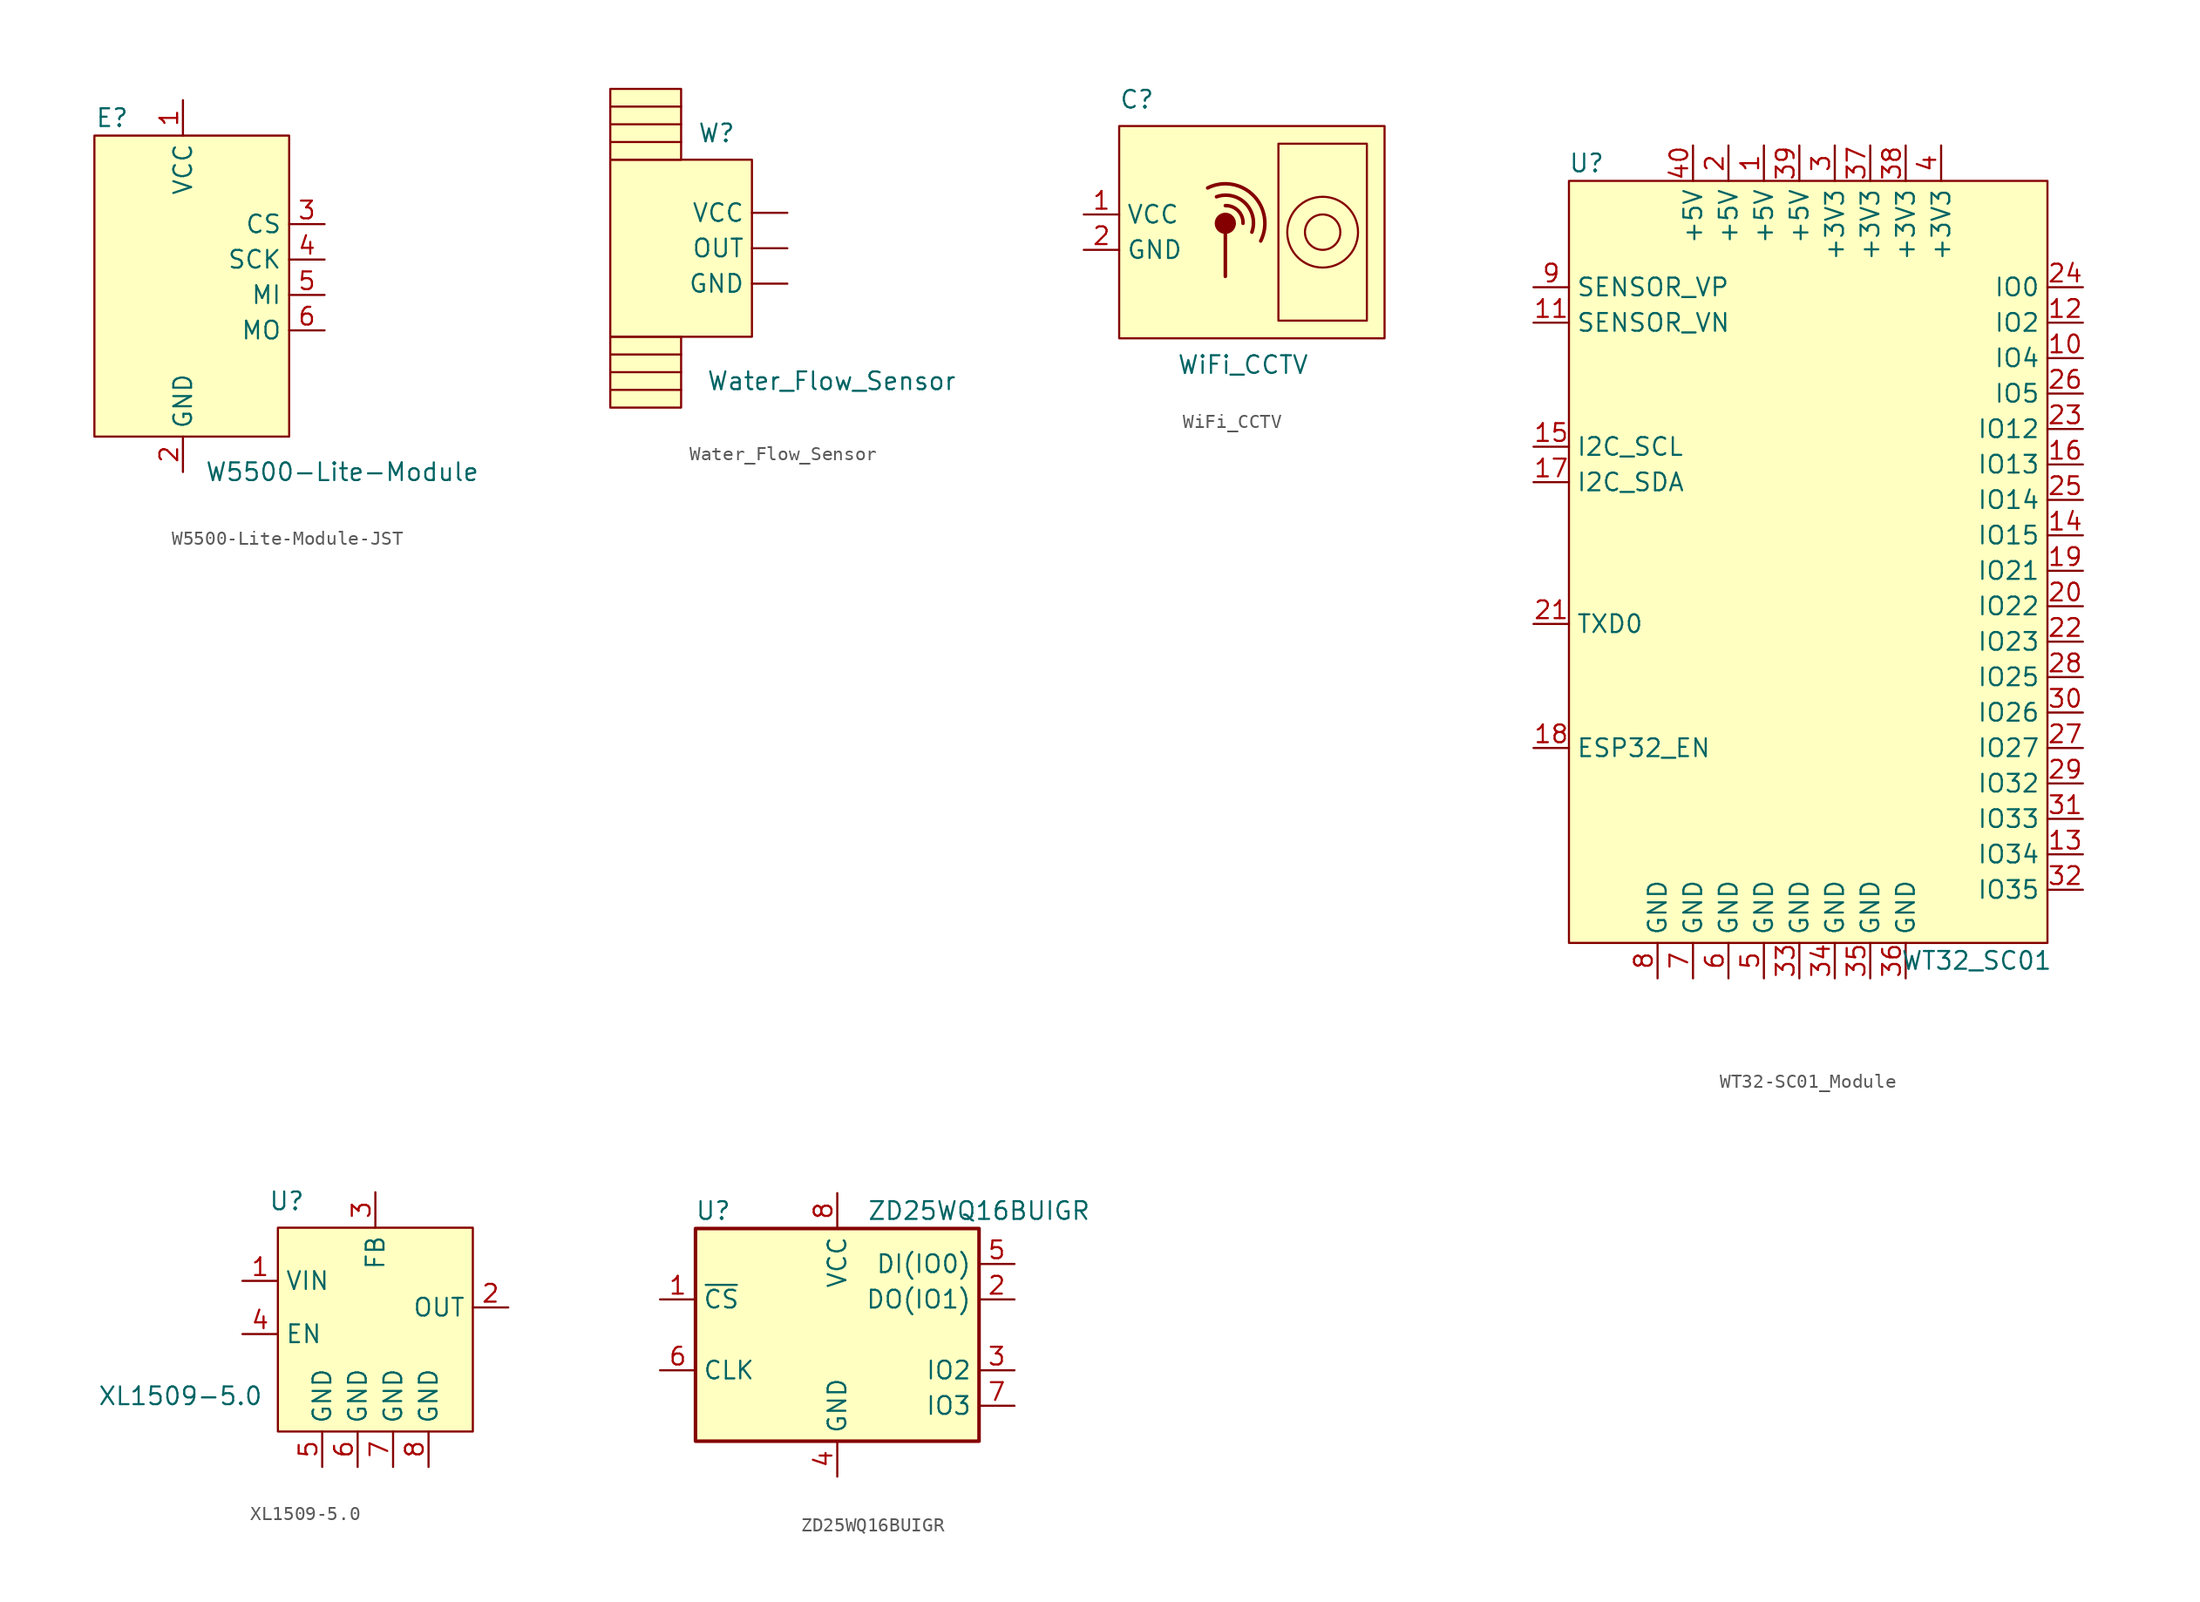
<source format=kicad_sym>
(kicad_symbol_lib
  (version 20220914)
  (generator kicad_symbol_editor)
  (symbol "W5500-Lite-Module-JST"
    (property "Reference" "E"
      (at -11.43 17.78 0)
      (effects (font (size 1.27 1.27))))
    (property "Value" "W5500-Lite-Module"
      (at 5.08 -7.62 0)
      (effects (font (size 1.27 1.27))))
    (symbol "W5500-Lite-Module-JST_1_1"
      (rectangle (start -12.7 16.51) (end 1.27 -5.08) (stroke (width 0) (type default)) (fill (type background)))
      (pin input line (at -6.35 19.05 270) (length 2.54) (name "VCC" (effects (font (size 1.27 1.27)))) (number "1" (effects (font (size 1.27 1.27)))))
      (pin input line (at -6.35 -7.62 90) (length 2.54) (name "GND" (effects (font (size 1.27 1.27)))) (number "2" (effects (font (size 1.27 1.27)))))
      (pin input line (at 3.81 10.16 180) (length 2.54) (name "CS" (effects (font (size 1.27 1.27)))) (number "3" (effects (font (size 1.27 1.27)))))
      (pin input line (at 3.81 7.62 180) (length 2.54) (name "SCK" (effects (font (size 1.27 1.27)))) (number "4" (effects (font (size 1.27 1.27)))))
      (pin input line (at 3.81 5.08 180) (length 2.54) (name "MI" (effects (font (size 1.27 1.27)))) (number "5" (effects (font (size 1.27 1.27)))))
      (pin input line (at 3.81 2.54 180) (length 2.54) (name "MO" (effects (font (size 1.27 1.27)))) (number "6" (effects (font (size 1.27 1.27)))))))
  (symbol "Water_Flow_Sensor"
    (property "Reference" "W"
      (at 1.27 6.35 0)
      (effects (font (size 1.27 1.27))))
    (property "Value" "Water_Flow_Sensor"
      (at 9.525 -11.43 0)
      (effects (font (size 1.27 1.27))))
    (symbol "Water_Flow_Sensor_0_1"
      (rectangle (start -6.35 -13.335) (end -1.27 -8.255) (stroke (width 0.152) (type default)) (fill (type background)))
      (rectangle (start -6.35 4.445) (end -1.27 9.525) (stroke (width 0.152) (type default)) (fill (type background)))
      (rectangle (start -6.35 4.445) (end 3.81 -8.255) (stroke (width 0.152) (type default)) (fill (type background)))
      (polyline (pts (xy -6.35 -12.065) (xy -1.27 -12.065)) (stroke (width 0.152) (type default)) (fill (type none)))
      (polyline (pts (xy -6.35 -10.795) (xy -1.27 -10.795)) (stroke (width 0.152) (type default)) (fill (type none)))
      (polyline (pts (xy -6.35 -9.525) (xy -1.27 -9.525)) (stroke (width 0.152) (type default)) (fill (type none)))
      (polyline (pts (xy -6.35 5.715) (xy -1.27 5.715)) (stroke (width 0.152) (type default)) (fill (type none)))
      (polyline (pts (xy -6.35 6.985) (xy -1.27 6.985)) (stroke (width 0.152) (type default)) (fill (type none)))
      (polyline (pts (xy -6.35 8.255) (xy -1.27 8.255)) (stroke (width 0.152) (type default)) (fill (type none))))
    (symbol "Water_Flow_Sensor_1_1"
      (pin input line (at 6.35 -4.445 180) (length 2.54) (name "GND" (effects (font (size 1.27 1.27)))) (number "" (effects (font (size 1.27 1.27)))))
      (pin input line (at 6.35 -1.905 180) (length 2.54) (name "OUT" (effects (font (size 1.27 1.27)))) (number "" (effects (font (size 1.27 1.27)))))
      (pin input line (at 6.35 0.635 180) (length 2.54) (name "VCC" (effects (font (size 1.27 1.27)))) (number "" (effects (font (size 1.27 1.27)))))))
  (symbol "WiFi_CCTV"
    (property "Reference" "C"
      (at -7.62 10.795 0)
      (effects (font (size 1.27 1.27))))
    (property "Value" "WiFi_CCTV"
      (at 0 -8.255 0)
      (effects (font (size 1.27 1.27))))
    (symbol "WiFi_CCTV_0_1"
      (rectangle (start -8.89 8.89) (end 10.16 -6.35) (stroke (width 0.152) (type default)) (fill (type background)))
      (circle (center -1.27 1.905) (radius 0.635) (stroke (width 0.254) (type default)) (fill (type outline)))
      (polyline (pts (xy -1.27 1.27) (xy -1.27 -1.905)) (stroke (width 0.254) (type default)) (fill (type none)))
      (arc (start 0.0001 1.9051) (mid -0.359 2.816) (end -1.2699 3.1751) (stroke (width 0.254) (type default)) (fill (type none)))
      (arc (start 0.6351 1.2701) (mid 0.1684 3.3434) (end -1.9049 3.8101) (stroke (width 0.254) (type default)) (fill (type none)))
      (arc (start 1.2701 0.6351) (mid 0.7381 3.9131) (end -2.5399 4.4451) (stroke (width 0.254) (type default)) (fill (type none)))
      (rectangle (start 2.54 7.62) (end 8.89 -5.08) (stroke (width 0.152) (type default)) (fill (type none)))
      (circle (center 5.715 1.27) (radius 1.27) (stroke (width 0.152) (type default)) (fill (type none)))
      (circle (center 5.715 1.27) (radius 2.54) (stroke (width 0.152) (type default)) (fill (type none))))
    (symbol "WiFi_CCTV_1_1"
      (pin input line (at -11.43 2.54 0) (length 2.54) (name "VCC" (effects (font (size 1.27 1.27)))) (number "1" (effects (font (size 1.27 1.27)))))
      (pin input line (at -11.43 0 0) (length 2.54) (name "GND" (effects (font (size 1.27 1.27)))) (number "2" (effects (font (size 1.27 1.27)))))))
  (symbol "WT32-SC01_Module"
    (property "Reference" "U"
      (at -17.78 26.67 0)
      (effects (font (size 1.27 1.27))))
    (property "Value" "WT32_SC01 "
      (at 10.16 -30.48 0)
      (effects (font (size 1.27 1.27))))
    (symbol "WT32-SC01_Module_1_1"
      (rectangle (start -19.05 25.4) (end 15.24 -29.21) (stroke (width 0) (type default)) (fill (type background)))
      (pin power_in line (at -5.08 27.94 270) (length 2.54) (name "+5V" (effects (font (size 1.27 1.27)))) (number "1" (effects (font (size 1.27 1.27)))))
      (pin bidirectional line (at 17.78 12.7 180) (length 2.54) (name "IO4" (effects (font (size 1.27 1.27)))) (number "10" (effects (font (size 1.27 1.27)))))
      (pin bidirectional line (at -21.59 15.24 0) (length 2.54) (name "SENSOR_VN" (effects (font (size 1.27 1.27)))) (number "11" (effects (font (size 1.27 1.27)))))
      (pin bidirectional line (at 17.78 15.24 180) (length 2.54) (name "IO2" (effects (font (size 1.27 1.27)))) (number "12" (effects (font (size 1.27 1.27)))))
      (pin bidirectional line (at 17.78 -22.86 180) (length 2.54) (name "IO34" (effects (font (size 1.27 1.27)))) (number "13" (effects (font (size 1.27 1.27)))))
      (pin bidirectional line (at 17.78 0 180) (length 2.54) (name "IO15" (effects (font (size 1.27 1.27)))) (number "14" (effects (font (size 1.27 1.27)))))
      (pin bidirectional line (at -21.59 6.35 0) (length 2.54) (name "I2C_SCL" (effects (font (size 1.27 1.27)))) (number "15" (effects (font (size 1.27 1.27)))))
      (pin bidirectional line (at 17.78 5.08 180) (length 2.54) (name "IO13" (effects (font (size 1.27 1.27)))) (number "16" (effects (font (size 1.27 1.27)))))
      (pin bidirectional line (at -21.59 3.81 0) (length 2.54) (name "I2C_SDA" (effects (font (size 1.27 1.27)))) (number "17" (effects (font (size 1.27 1.27)))))
      (pin bidirectional line (at -21.59 -15.24 0) (length 2.54) (name "ESP32_EN" (effects (font (size 1.27 1.27)))) (number "18" (effects (font (size 1.27 1.27)))))
      (pin bidirectional line (at 17.78 -2.54 180) (length 2.54) (name "IO21" (effects (font (size 1.27 1.27)))) (number "19" (effects (font (size 1.27 1.27)))))
      (pin passive line (at -7.62 27.94 270) (length 2.54) (name "+5V" (effects (font (size 1.27 1.27)))) (number "2" (effects (font (size 1.27 1.27)))))
      (pin bidirectional line (at 17.78 -5.08 180) (length 2.54) (name "IO22" (effects (font (size 1.27 1.27)))) (number "20" (effects (font (size 1.27 1.27)))))
      (pin bidirectional line (at -21.59 -6.35 0) (length 2.54) (name "TXD0" (effects (font (size 1.27 1.27)))) (number "21" (effects (font (size 1.27 1.27)))))
      (pin bidirectional line (at 17.78 -7.62 180) (length 2.54) (name "IO23" (effects (font (size 1.27 1.27)))) (number "22" (effects (font (size 1.27 1.27)))))
      (pin bidirectional line (at 17.78 7.62 180) (length 2.54) (name "IO12" (effects (font (size 1.27 1.27)))) (number "23" (effects (font (size 1.27 1.27)))))
      (pin bidirectional line (at 17.78 17.78 180) (length 2.54) (name "IO0" (effects (font (size 1.27 1.27)))) (number "24" (effects (font (size 1.27 1.27)))))
      (pin bidirectional line (at 17.78 2.54 180) (length 2.54) (name "IO14" (effects (font (size 1.27 1.27)))) (number "25" (effects (font (size 1.27 1.27)))))
      (pin bidirectional line (at 17.78 10.16 180) (length 2.54) (name "IO5" (effects (font (size 1.27 1.27)))) (number "26" (effects (font (size 1.27 1.27)))))
      (pin bidirectional line (at 17.78 -15.24 180) (length 2.54) (name "IO27" (effects (font (size 1.27 1.27)))) (number "27" (effects (font (size 1.27 1.27)))))
      (pin bidirectional line (at 17.78 -10.16 180) (length 2.54) (name "IO25" (effects (font (size 1.27 1.27)))) (number "28" (effects (font (size 1.27 1.27)))))
      (pin bidirectional line (at 17.78 -17.78 180) (length 2.54) (name "IO32" (effects (font (size 1.27 1.27)))) (number "29" (effects (font (size 1.27 1.27)))))
      (pin power_in line (at 0 27.94 270) (length 2.54) (name "+3V3" (effects (font (size 1.27 1.27)))) (number "3" (effects (font (size 1.27 1.27)))))
      (pin bidirectional line (at 17.78 -12.7 180) (length 2.54) (name "IO26" (effects (font (size 1.27 1.27)))) (number "30" (effects (font (size 1.27 1.27)))))
      (pin bidirectional line (at 17.78 -20.32 180) (length 2.54) (name "IO33" (effects (font (size 1.27 1.27)))) (number "31" (effects (font (size 1.27 1.27)))))
      (pin bidirectional line (at 17.78 -25.4 180) (length 2.54) (name "IO35" (effects (font (size 1.27 1.27)))) (number "32" (effects (font (size 1.27 1.27)))))
      (pin power_in line (at -2.54 -31.75 90) (length 2.54) (name "GND" (effects (font (size 1.27 1.27)))) (number "33" (effects (font (size 1.27 1.27)))))
      (pin passive line (at 0 -31.75 90) (length 2.54) (name "GND" (effects (font (size 1.27 1.27)))) (number "34" (effects (font (size 1.27 1.27)))))
      (pin passive line (at 2.54 -31.75 90) (length 2.54) (name "GND" (effects (font (size 1.27 1.27)))) (number "35" (effects (font (size 1.27 1.27)))))
      (pin passive line (at 5.08 -31.75 90) (length 2.54) (name "GND" (effects (font (size 1.27 1.27)))) (number "36" (effects (font (size 1.27 1.27)))))
      (pin power_in line (at 2.54 27.94 270) (length 2.54) (name "+3V3" (effects (font (size 1.27 1.27)))) (number "37" (effects (font (size 1.27 1.27)))))
      (pin passive line (at 5.08 27.94 270) (length 2.54) (name "+3V3" (effects (font (size 1.27 1.27)))) (number "38" (effects (font (size 1.27 1.27)))))
      (pin power_in line (at -2.54 27.94 270) (length 2.54) (name "+5V" (effects (font (size 1.27 1.27)))) (number "39" (effects (font (size 1.27 1.27)))))
      (pin passive line (at 7.62 27.94 270) (length 2.54) (name "+3V3" (effects (font (size 1.27 1.27)))) (number "4" (effects (font (size 1.27 1.27)))))
      (pin passive line (at -10.16 27.94 270) (length 2.54) (name "+5V" (effects (font (size 1.27 1.27)))) (number "40" (effects (font (size 1.27 1.27)))))
      (pin power_in line (at -5.08 -31.75 90) (length 2.54) (name "GND" (effects (font (size 1.27 1.27)))) (number "5" (effects (font (size 1.27 1.27)))))
      (pin passive line (at -7.62 -31.75 90) (length 2.54) (name "GND" (effects (font (size 1.27 1.27)))) (number "6" (effects (font (size 1.27 1.27)))))
      (pin passive line (at -10.16 -31.75 90) (length 2.54) (name "GND" (effects (font (size 1.27 1.27)))) (number "7" (effects (font (size 1.27 1.27)))))
      (pin passive line (at -12.7 -31.75 90) (length 2.54) (name "GND" (effects (font (size 1.27 1.27)))) (number "8" (effects (font (size 1.27 1.27)))))
      (pin bidirectional line (at -21.59 17.78 0) (length 2.54) (name "SENSOR_VP" (effects (font (size 1.27 1.27)))) (number "9" (effects (font (size 1.27 1.27)))))))
  (symbol "XL1509-5.0"
    (property "Reference" "U"
      (at -5.08 10.16 0)
      (effects (font (size 1.27 1.27))))
    (property "Value" "XL1509-5.0"
      (at -12.7 -3.81 0)
      (effects (font (size 1.27 1.27))))
    (symbol "XL1509-5.0_0_1"
      (rectangle (start -5.715 8.255) (end 8.255 -6.35) (stroke (width 0.152) (type default)) (fill (type background))))
    (symbol "XL1509-5.0_1_1"
      (pin input line (at -8.255 4.445 0) (length 2.54) (name "VIN" (effects (font (size 1.27 1.27)))) (number "1" (effects (font (size 1.27 1.27)))))
      (pin input line (at 10.795 2.54 180) (length 2.54) (name "OUT" (effects (font (size 1.27 1.27)))) (number "2" (effects (font (size 1.27 1.27)))))
      (pin input line (at 1.27 10.795 270) (length 2.54) (name "FB" (effects (font (size 1.27 1.27)))) (number "3" (effects (font (size 1.27 1.27)))))
      (pin input line (at -8.255 0.635 0) (length 2.54) (name "EN" (effects (font (size 1.27 1.27)))) (number "4" (effects (font (size 1.27 1.27)))))
      (pin input line (at -2.54 -8.89 90) (length 2.54) (name "GND" (effects (font (size 1.27 1.27)))) (number "5" (effects (font (size 1.27 1.27)))))
      (pin input line (at 0 -8.89 90) (length 2.54) (name "GND" (effects (font (size 1.27 1.27)))) (number "6" (effects (font (size 1.27 1.27)))))
      (pin input line (at 2.54 -8.89 90) (length 2.54) (name "GND" (effects (font (size 1.27 1.27)))) (number "7" (effects (font (size 1.27 1.27)))))
      (pin input line (at 5.08 -8.89 90) (length 2.54) (name "GND" (effects (font (size 1.27 1.27)))) (number "8" (effects (font (size 1.27 1.27)))))))
  (symbol "ZD25WQ16BUIGR"
    (property "Reference" "U"
      (at -8.89 8.89 0)
      (effects (font (size 1.27 1.27))))
    (property "Value" "ZD25WQ16BUIGR"
      (at 10.16 8.89 0)
      (effects (font (size 1.27 1.27))))
    (symbol "ZD25WQ16BUIGR_0_1"
      (rectangle (start -10.16 7.62) (end 10.16 -7.62) (stroke (width 0.254) (type default)) (fill (type background))))
    (symbol "ZD25WQ16BUIGR_1_1"
      (pin input line (at -12.7 2.54 0) (length 2.54) (name "~{CS}" (effects (font (size 1.27 1.27)))) (number "1" (effects (font (size 1.27 1.27)))))
      (pin bidirectional line (at 12.7 2.54 180) (length 2.54) (name "DO(IO1)" (effects (font (size 1.27 1.27)))) (number "2" (effects (font (size 1.27 1.27)))))
      (pin bidirectional line (at 12.7 -2.54 180) (length 2.54) (name "IO2" (effects (font (size 1.27 1.27)))) (number "3" (effects (font (size 1.27 1.27)))))
      (pin power_in line (at 0 -10.16 90) (length 2.54) (name "GND" (effects (font (size 1.27 1.27)))) (number "4" (effects (font (size 1.27 1.27)))))
      (pin bidirectional line (at 12.7 5.08 180) (length 2.54) (name "DI(IO0)" (effects (font (size 1.27 1.27)))) (number "5" (effects (font (size 1.27 1.27)))))
      (pin input line (at -12.7 -2.54 0) (length 2.54) (name "CLK" (effects (font (size 1.27 1.27)))) (number "6" (effects (font (size 1.27 1.27)))))
      (pin bidirectional line (at 12.7 -5.08 180) (length 2.54) (name "IO3" (effects (font (size 1.27 1.27)))) (number "7" (effects (font (size 1.27 1.27)))))
      (pin power_in line (at 0 10.16 270) (length 2.54) (name "VCC" (effects (font (size 1.27 1.27)))) (number "8" (effects (font (size 1.27 1.27))))))))
</source>
